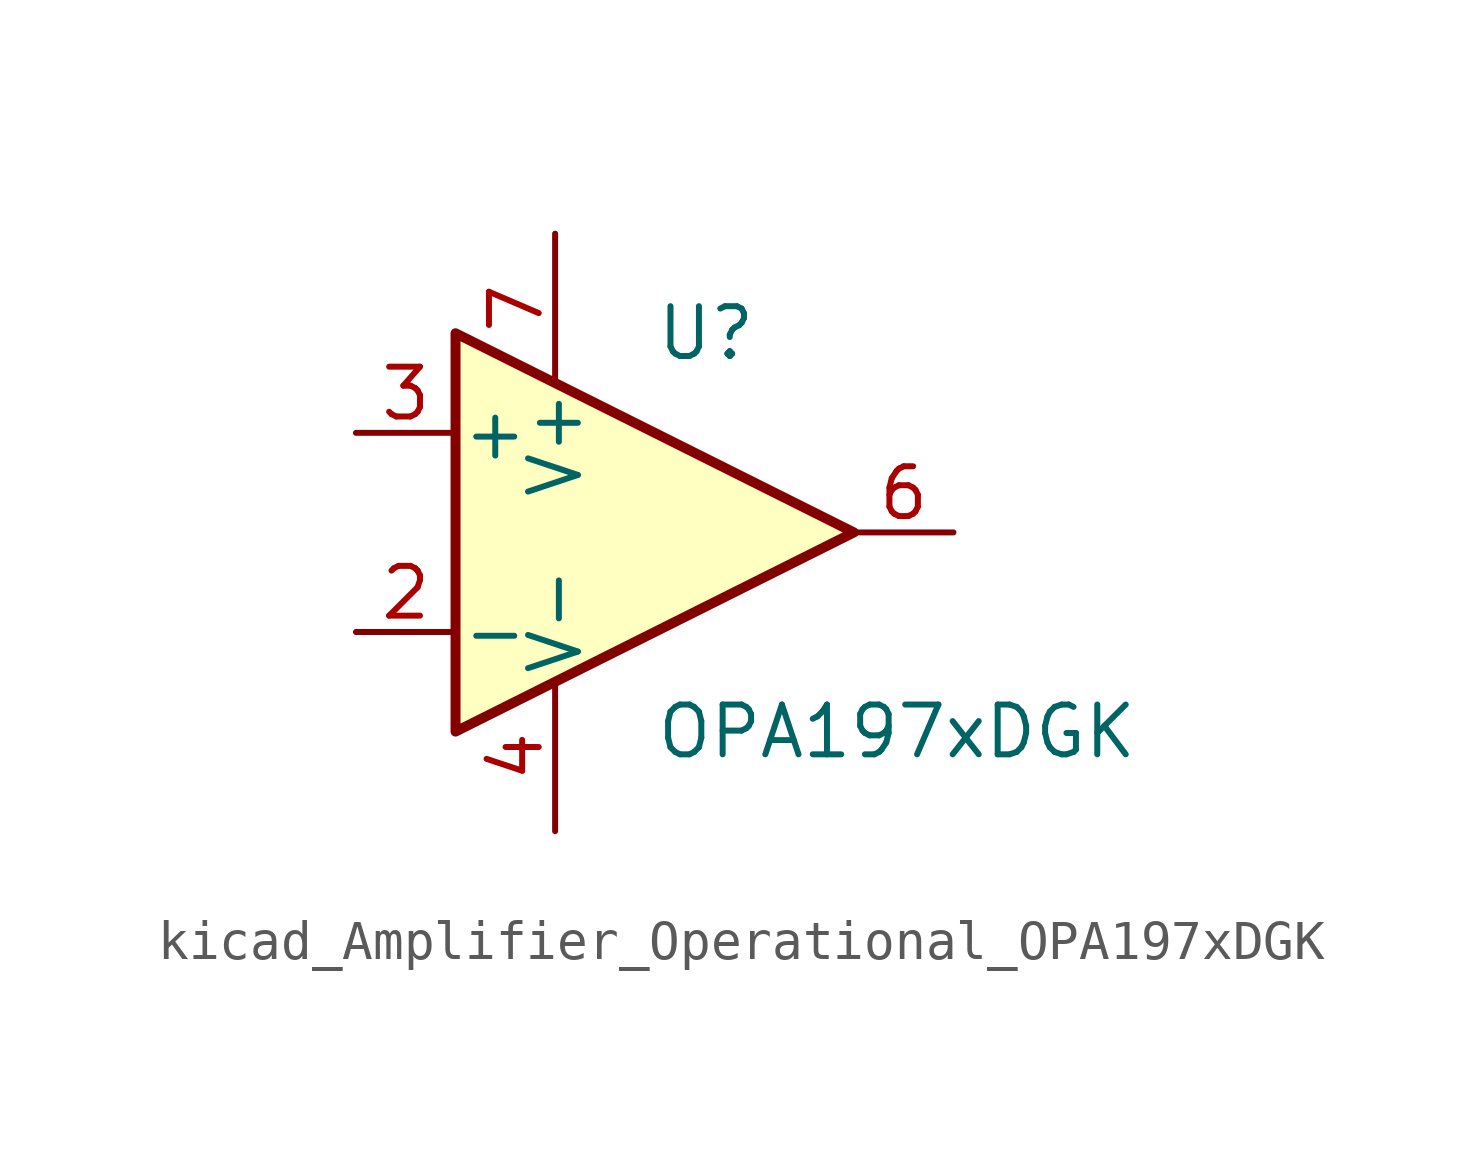
<source format=kicad_sym>
(kicad_symbol_lib
  (version 20220914)
  (generator kicad_symbol_editor)
  (symbol "kicad_Amplifier_Operational_OPA197xDGK"
    (pin_names
      (offset 0.127))
    (property "Reference" "U"
      (at 0 5.08 0)
      (effects (font (size 1.27 1.27)) (justify left)))
    (property "Value" "OPA197xDGK"
      (at 0 -5.08 0)
      (effects (font (size 1.27 1.27)) (justify left)))
    (symbol "kicad_Amplifier_Operational_OPA197xDGK_0_1"
      (polyline (pts (xy -5.08 5.08) (xy 5.08 0) (xy -5.08 -5.08) (xy -5.08 5.08)) (stroke (width 0.254) (type default)) (fill (type background)))
      (pin no_connect line (at 2.54 0 270) (length 2.54) hide (name "NC" (effects (font (size 1.27 1.27)))) (number "1" (effects (font (size 1.27 1.27)))))
      (pin power_in line (at -2.54 -7.62 90) (length 3.81) (name "V-" (effects (font (size 1.27 1.27)))) (number "4" (effects (font (size 1.27 1.27)))))
      (pin no_connect line (at 0 2.54 270) (length 2.54) hide (name "NC" (effects (font (size 1.27 1.27)))) (number "5" (effects (font (size 1.27 1.27)))))
      (pin power_in line (at -2.54 7.62 270) (length 3.81) (name "V+" (effects (font (size 1.27 1.27)))) (number "7" (effects (font (size 1.27 1.27)))))
      (pin no_connect line (at 0 -2.54 90) (length 2.54) hide (name "NC" (effects (font (size 1.27 1.27)))) (number "8" (effects (font (size 1.27 1.27))))))
    (symbol "kicad_Amplifier_Operational_OPA197xDGK_1_1"
      (pin input line (at -7.62 -2.54 0) (length 2.54) (name "-" (effects (font (size 1.27 1.27)))) (number "2" (effects (font (size 1.27 1.27)))))
      (pin input line (at -7.62 2.54 0) (length 2.54) (name "+" (effects (font (size 1.27 1.27)))) (number "3" (effects (font (size 1.27 1.27)))))
      (pin output line (at 7.62 0 180) (length 2.54) (name "~" (effects (font (size 1.27 1.27)))) (number "6" (effects (font (size 1.27 1.27))))))))
</source>
